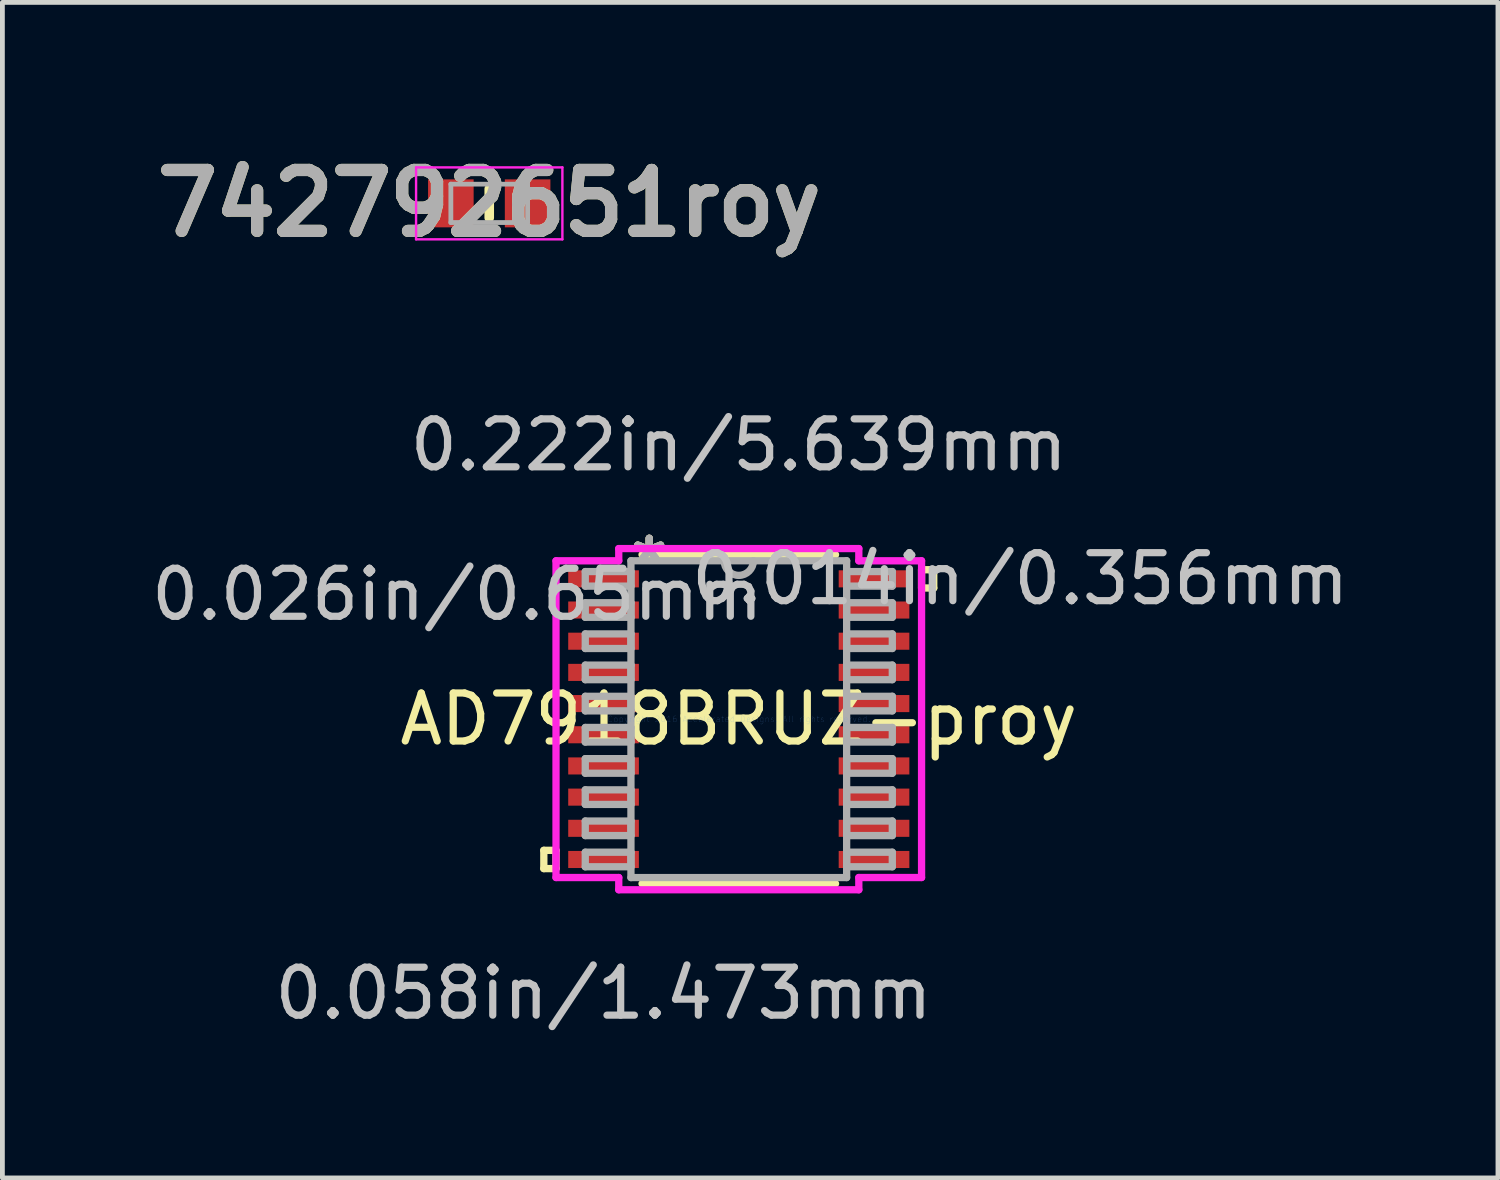
<source format=kicad_pcb>
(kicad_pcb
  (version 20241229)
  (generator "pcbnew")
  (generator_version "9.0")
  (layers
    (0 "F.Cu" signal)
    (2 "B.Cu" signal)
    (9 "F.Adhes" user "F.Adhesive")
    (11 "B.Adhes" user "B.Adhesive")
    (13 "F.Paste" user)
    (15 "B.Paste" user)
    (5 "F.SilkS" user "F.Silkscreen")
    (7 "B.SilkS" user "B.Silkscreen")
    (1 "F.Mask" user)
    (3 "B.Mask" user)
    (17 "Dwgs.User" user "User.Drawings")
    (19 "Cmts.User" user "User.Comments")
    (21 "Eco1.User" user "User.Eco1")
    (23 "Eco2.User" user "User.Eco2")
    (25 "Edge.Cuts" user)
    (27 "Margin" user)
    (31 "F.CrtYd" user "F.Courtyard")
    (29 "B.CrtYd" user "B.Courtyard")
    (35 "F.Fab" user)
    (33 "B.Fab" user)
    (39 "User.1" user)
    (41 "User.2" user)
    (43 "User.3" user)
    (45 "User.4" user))
  (footprint "AD7918BRUZ-proy"
    (layer "F.Cu")
    (at 12.35 11.941)
    (property "Reference" "AD7918BRUZ-proy" (at 0 0 0) (layer "F.SilkS") (effects (font (size 1 1) (thickness 0.15))))
    (attr through_hole)
    (fp_line (start -4.064 2.734) (end -4.064 3.115) (stroke (width 0.152) (type solid)) (layer "F.SilkS"))
    (fp_line (start -4.064 3.115) (end -3.81 3.115) (stroke (width 0.152) (type solid)) (layer "F.SilkS"))
    (fp_line (start -3.81 2.734) (end -4.064 2.734) (stroke (width 0.152) (type solid)) (layer "F.SilkS"))
    (fp_line (start -3.81 3.115) (end -3.81 2.734) (stroke (width 0.152) (type solid)) (layer "F.SilkS"))
    (fp_line (start -2.017 3.429) (end 2.017 3.429) (stroke (width 0.152) (type solid)) (layer "F.SilkS"))
    (fp_line (start 2.017 -3.429) (end -2.017 -3.429) (stroke (width 0.152) (type solid)) (layer "F.SilkS"))
    (fp_line (start 3.81 -3.115) (end 4.064 -3.115) (stroke (width 0.152) (type solid)) (layer "F.SilkS"))
    (fp_line (start 3.81 -2.734) (end 3.81 -3.115) (stroke (width 0.152) (type solid)) (layer "F.SilkS"))
    (fp_line (start 4.064 -3.115) (end 4.064 -2.734) (stroke (width 0.152) (type solid)) (layer "F.SilkS"))
    (fp_line (start 4.064 -2.734) (end 3.81 -2.734) (stroke (width 0.152) (type solid)) (layer "F.SilkS"))
    (fp_line (start -3.81 -3.301) (end -2.502 -3.301) (stroke (width 0.152) (type solid)) (layer "F.CrtYd"))
    (fp_line (start -3.81 3.301) (end -3.81 -3.301) (stroke (width 0.152) (type solid)) (layer "F.CrtYd"))
    (fp_line (start -2.502 -3.556) (end 2.502 -3.556) (stroke (width 0.152) (type solid)) (layer "F.CrtYd"))
    (fp_line (start -2.502 -3.301) (end -2.502 -3.556) (stroke (width 0.152) (type solid)) (layer "F.CrtYd"))
    (fp_line (start -2.502 3.301) (end -3.81 3.301) (stroke (width 0.152) (type solid)) (layer "F.CrtYd"))
    (fp_line (start -2.502 3.556) (end -2.502 3.301) (stroke (width 0.152) (type solid)) (layer "F.CrtYd"))
    (fp_line (start 2.502 -3.556) (end 2.502 -3.301) (stroke (width 0.152) (type solid)) (layer "F.CrtYd"))
    (fp_line (start 2.502 -3.301) (end 3.81 -3.301) (stroke (width 0.152) (type solid)) (layer "F.CrtYd"))
    (fp_line (start 2.502 3.301) (end 2.502 3.556) (stroke (width 0.152) (type solid)) (layer "F.CrtYd"))
    (fp_line (start 2.502 3.556) (end -2.502 3.556) (stroke (width 0.152) (type solid)) (layer "F.CrtYd"))
    (fp_line (start 3.81 -3.301) (end 3.81 3.301) (stroke (width 0.152) (type solid)) (layer "F.CrtYd"))
    (fp_line (start 3.81 3.301) (end 2.502 3.301) (stroke (width 0.152) (type solid)) (layer "F.CrtYd"))
    (fp_line (start -3.2 -3.077) (end -3.2 -2.773) (stroke (width 0.152) (type solid)) (layer "F.Fab"))
    (fp_line (start -3.2 -2.773) (end -2.248 -2.773) (stroke (width 0.152) (type solid)) (layer "F.Fab"))
    (fp_line (start -3.2 -2.427) (end -3.2 -2.123) (stroke (width 0.152) (type solid)) (layer "F.Fab"))
    (fp_line (start -3.2 -2.123) (end -2.248 -2.123) (stroke (width 0.152) (type solid)) (layer "F.Fab"))
    (fp_line (start -3.2 -1.777) (end -3.2 -1.473) (stroke (width 0.152) (type solid)) (layer "F.Fab"))
    (fp_line (start -3.2 -1.473) (end -2.248 -1.473) (stroke (width 0.152) (type solid)) (layer "F.Fab"))
    (fp_line (start -3.2 -1.127) (end -3.2 -0.823) (stroke (width 0.152) (type solid)) (layer "F.Fab"))
    (fp_line (start -3.2 -0.823) (end -2.248 -0.823) (stroke (width 0.152) (type solid)) (layer "F.Fab"))
    (fp_line (start -3.2 -0.477) (end -3.2 -0.173) (stroke (width 0.152) (type solid)) (layer "F.Fab"))
    (fp_line (start -3.2 -0.173) (end -2.248 -0.173) (stroke (width 0.152) (type solid)) (layer "F.Fab"))
    (fp_line (start -3.2 0.173) (end -3.2 0.477) (stroke (width 0.152) (type solid)) (layer "F.Fab"))
    (fp_line (start -3.2 0.477) (end -2.248 0.477) (stroke (width 0.152) (type solid)) (layer "F.Fab"))
    (fp_line (start -3.2 0.823) (end -3.2 1.127) (stroke (width 0.152) (type solid)) (layer "F.Fab"))
    (fp_line (start -3.2 1.127) (end -2.248 1.127) (stroke (width 0.152) (type solid)) (layer "F.Fab"))
    (fp_line (start -3.2 1.473) (end -3.2 1.777) (stroke (width 0.152) (type solid)) (layer "F.Fab"))
    (fp_line (start -3.2 1.777) (end -2.248 1.777) (stroke (width 0.152) (type solid)) (layer "F.Fab"))
    (fp_line (start -3.2 2.123) (end -3.2 2.427) (stroke (width 0.152) (type solid)) (layer "F.Fab"))
    (fp_line (start -3.2 2.427) (end -2.248 2.427) (stroke (width 0.152) (type solid)) (layer "F.Fab"))
    (fp_line (start -3.2 2.773) (end -3.2 3.077) (stroke (width 0.152) (type solid)) (layer "F.Fab"))
    (fp_line (start -3.2 3.077) (end -2.248 3.077) (stroke (width 0.152) (type solid)) (layer "F.Fab"))
    (fp_line (start -2.248 -3.302) (end -2.248 3.302) (stroke (width 0.152) (type solid)) (layer "F.Fab"))
    (fp_line (start -2.248 -3.077) (end -3.2 -3.077) (stroke (width 0.152) (type solid)) (layer "F.Fab"))
    (fp_line (start -2.248 -2.773) (end -2.248 -3.077) (stroke (width 0.152) (type solid)) (layer "F.Fab"))
    (fp_line (start -2.248 -2.427) (end -3.2 -2.427) (stroke (width 0.152) (type solid)) (layer "F.Fab"))
    (fp_line (start -2.248 -2.123) (end -2.248 -2.427) (stroke (width 0.152) (type solid)) (layer "F.Fab"))
    (fp_line (start -2.248 -1.777) (end -3.2 -1.777) (stroke (width 0.152) (type solid)) (layer "F.Fab"))
    (fp_line (start -2.248 -1.473) (end -2.248 -1.777) (stroke (width 0.152) (type solid)) (layer "F.Fab"))
    (fp_line (start -2.248 -1.127) (end -3.2 -1.127) (stroke (width 0.152) (type solid)) (layer "F.Fab"))
    (fp_line (start -2.248 -0.823) (end -2.248 -1.127) (stroke (width 0.152) (type solid)) (layer "F.Fab"))
    (fp_line (start -2.248 -0.477) (end -3.2 -0.477) (stroke (width 0.152) (type solid)) (layer "F.Fab"))
    (fp_line (start -2.248 -0.173) (end -2.248 -0.477) (stroke (width 0.152) (type solid)) (layer "F.Fab"))
    (fp_line (start -2.248 0.173) (end -3.2 0.173) (stroke (width 0.152) (type solid)) (layer "F.Fab"))
    (fp_line (start -2.248 0.477) (end -2.248 0.173) (stroke (width 0.152) (type solid)) (layer "F.Fab"))
    (fp_line (start -2.248 0.823) (end -3.2 0.823) (stroke (width 0.152) (type solid)) (layer "F.Fab"))
    (fp_line (start -2.248 1.127) (end -2.248 0.823) (stroke (width 0.152) (type solid)) (layer "F.Fab"))
    (fp_line (start -2.248 1.473) (end -3.2 1.473) (stroke (width 0.152) (type solid)) (layer "F.Fab"))
    (fp_line (start -2.248 1.777) (end -2.248 1.473) (stroke (width 0.152) (type solid)) (layer "F.Fab"))
    (fp_line (start -2.248 2.123) (end -3.2 2.123) (stroke (width 0.152) (type solid)) (layer "F.Fab"))
    (fp_line (start -2.248 2.427) (end -2.248 2.123) (stroke (width 0.152) (type solid)) (layer "F.Fab"))
    (fp_line (start -2.248 2.773) (end -3.2 2.773) (stroke (width 0.152) (type solid)) (layer "F.Fab"))
    (fp_line (start -2.248 3.077) (end -2.248 2.773) (stroke (width 0.152) (type solid)) (layer "F.Fab"))
    (fp_line (start -2.248 3.302) (end 2.248 3.302) (stroke (width 0.152) (type solid)) (layer "F.Fab"))
    (fp_line (start 2.248 -3.302) (end -2.248 -3.302) (stroke (width 0.152) (type solid)) (layer "F.Fab"))
    (fp_line (start 2.248 -3.077) (end 2.248 -2.773) (stroke (width 0.152) (type solid)) (layer "F.Fab"))
    (fp_line (start 2.248 -2.773) (end 3.2 -2.773) (stroke (width 0.152) (type solid)) (layer "F.Fab"))
    (fp_line (start 2.248 -2.427) (end 2.248 -2.123) (stroke (width 0.152) (type solid)) (layer "F.Fab"))
    (fp_line (start 2.248 -2.123) (end 3.2 -2.123) (stroke (width 0.152) (type solid)) (layer "F.Fab"))
    (fp_line (start 2.248 -1.777) (end 2.248 -1.473) (stroke (width 0.152) (type solid)) (layer "F.Fab"))
    (fp_line (start 2.248 -1.473) (end 3.2 -1.473) (stroke (width 0.152) (type solid)) (layer "F.Fab"))
    (fp_line (start 2.248 -1.127) (end 2.248 -0.823) (stroke (width 0.152) (type solid)) (layer "F.Fab"))
    (fp_line (start 2.248 -0.823) (end 3.2 -0.823) (stroke (width 0.152) (type solid)) (layer "F.Fab"))
    (fp_line (start 2.248 -0.477) (end 2.248 -0.173) (stroke (width 0.152) (type solid)) (layer "F.Fab"))
    (fp_line (start 2.248 -0.173) (end 3.2 -0.173) (stroke (width 0.152) (type solid)) (layer "F.Fab"))
    (fp_line (start 2.248 0.173) (end 2.248 0.477) (stroke (width 0.152) (type solid)) (layer "F.Fab"))
    (fp_line (start 2.248 0.477) (end 3.2 0.477) (stroke (width 0.152) (type solid)) (layer "F.Fab"))
    (fp_line (start 2.248 0.823) (end 2.248 1.127) (stroke (width 0.152) (type solid)) (layer "F.Fab"))
    (fp_line (start 2.248 1.127) (end 3.2 1.127) (stroke (width 0.152) (type solid)) (layer "F.Fab"))
    (fp_line (start 2.248 1.473) (end 2.248 1.777) (stroke (width 0.152) (type solid)) (layer "F.Fab"))
    (fp_line (start 2.248 1.777) (end 3.2 1.777) (stroke (width 0.152) (type solid)) (layer "F.Fab"))
    (fp_line (start 2.248 2.123) (end 2.248 2.427) (stroke (width 0.152) (type solid)) (layer "F.Fab"))
    (fp_line (start 2.248 2.427) (end 3.2 2.427) (stroke (width 0.152) (type solid)) (layer "F.Fab"))
    (fp_line (start 2.248 2.773) (end 2.248 3.077) (stroke (width 0.152) (type solid)) (layer "F.Fab"))
    (fp_line (start 2.248 3.077) (end 3.2 3.077) (stroke (width 0.152) (type solid)) (layer "F.Fab"))
    (fp_line (start 2.248 3.302) (end 2.248 -3.302) (stroke (width 0.152) (type solid)) (layer "F.Fab"))
    (fp_line (start 3.2 -3.077) (end 2.248 -3.077) (stroke (width 0.152) (type solid)) (layer "F.Fab"))
    (fp_line (start 3.2 -2.773) (end 3.2 -3.077) (stroke (width 0.152) (type solid)) (layer "F.Fab"))
    (fp_line (start 3.2 -2.427) (end 2.248 -2.427) (stroke (width 0.152) (type solid)) (layer "F.Fab"))
    (fp_line (start 3.2 -2.123) (end 3.2 -2.427) (stroke (width 0.152) (type solid)) (layer "F.Fab"))
    (fp_line (start 3.2 -1.777) (end 2.248 -1.777) (stroke (width 0.152) (type solid)) (layer "F.Fab"))
    (fp_line (start 3.2 -1.473) (end 3.2 -1.777) (stroke (width 0.152) (type solid)) (layer "F.Fab"))
    (fp_line (start 3.2 -1.127) (end 2.248 -1.127) (stroke (width 0.152) (type solid)) (layer "F.Fab"))
    (fp_line (start 3.2 -0.823) (end 3.2 -1.127) (stroke (width 0.152) (type solid)) (layer "F.Fab"))
    (fp_line (start 3.2 -0.477) (end 2.248 -0.477) (stroke (width 0.152) (type solid)) (layer "F.Fab"))
    (fp_line (start 3.2 -0.173) (end 3.2 -0.477) (stroke (width 0.152) (type solid)) (layer "F.Fab"))
    (fp_line (start 3.2 0.173) (end 2.248 0.173) (stroke (width 0.152) (type solid)) (layer "F.Fab"))
    (fp_line (start 3.2 0.477) (end 3.2 0.173) (stroke (width 0.152) (type solid)) (layer "F.Fab"))
    (fp_line (start 3.2 0.823) (end 2.248 0.823) (stroke (width 0.152) (type solid)) (layer "F.Fab"))
    (fp_line (start 3.2 1.127) (end 3.2 0.823) (stroke (width 0.152) (type solid)) (layer "F.Fab"))
    (fp_line (start 3.2 1.473) (end 2.248 1.473) (stroke (width 0.152) (type solid)) (layer "F.Fab"))
    (fp_line (start 3.2 1.777) (end 3.2 1.473) (stroke (width 0.152) (type solid)) (layer "F.Fab"))
    (fp_line (start 3.2 2.123) (end 2.248 2.123) (stroke (width 0.152) (type solid)) (layer "F.Fab"))
    (fp_line (start 3.2 2.427) (end 3.2 2.123) (stroke (width 0.152) (type solid)) (layer "F.Fab"))
    (fp_line (start 3.2 2.773) (end 2.248 2.773) (stroke (width 0.152) (type solid)) (layer "F.Fab"))
    (fp_line (start 3.2 3.077) (end 3.2 2.773) (stroke (width 0.152) (type solid)) (layer "F.Fab"))
    (fp_arc (start 0.3048 -3.302) (mid 0 -2.9972) (end -0.3048 -3.302) (stroke (width 0.1524) (type solid)) (layer "F.Fab"))
    (fp_text user "*" (at -1.867 -3.226 0) (layer "F.SilkS") (effects (font (size 1 1) (thickness 0.15))))
    (fp_text user "*" (at -1.867 -3.226 0) (layer "F.SilkS") (effects (font (size 1 1) (thickness 0.15))))
    (fp_text user "0.058in/1.473mm" (at -2.819 5.715 0) (layer "Dwgs.User") (effects (font (size 1 1) (thickness 0.15))))
    (fp_text user "0.222in/5.639mm" (at 0 -5.715 0) (layer "Dwgs.User") (effects (font (size 1 1) (thickness 0.15))))
    (fp_text user "0.014in/0.356mm" (at 5.867 -2.925 0) (layer "Dwgs.User") (effects (font (size 1 1) (thickness 0.15))))
    (fp_text user "0.026in/0.65mm" (at -5.867 -2.6 0) (layer "Dwgs.User") (effects (font (size 1 1) (thickness 0.15))))
    (fp_text user "Copyright 2016 Accelerated Designs. All rights reserved." (at 0 0 0) (layer "Cmts.User") (effects (font (size 0.127 0.127) (thickness 0.002))))
    (fp_text user "*" (at -1.867 -3.226 0) (layer "F.Fab") (effects (font (size 1 1) (thickness 0.15))))
    (fp_text user "*" (at -1.867 -3.226 0) (layer "F.Fab") (effects (font (size 1 1) (thickness 0.15))))
    (pad "1" smd rect (at -2.819 -2.925) (size 1.473 0.356) (layers "F.Cu" "F.Mask" "F.Paste"))
    (pad "2" smd rect (at -2.819 -2.275) (size 1.473 0.356) (layers "F.Cu" "F.Mask" "F.Paste"))
    (pad "3" smd rect (at -2.819 -1.625) (size 1.473 0.356) (layers "F.Cu" "F.Mask" "F.Paste"))
    (pad "4" smd rect (at -2.819 -0.975) (size 1.473 0.356) (layers "F.Cu" "F.Mask" "F.Paste"))
    (pad "5" smd rect (at -2.819 -0.325) (size 1.473 0.356) (layers "F.Cu" "F.Mask" "F.Paste"))
    (pad "6" smd rect (at -2.819 0.325) (size 1.473 0.356) (layers "F.Cu" "F.Mask" "F.Paste"))
    (pad "7" smd rect (at -2.819 0.975) (size 1.473 0.356) (layers "F.Cu" "F.Mask" "F.Paste"))
    (pad "8" smd rect (at -2.819 1.625) (size 1.473 0.356) (layers "F.Cu" "F.Mask" "F.Paste"))
    (pad "9" smd rect (at -2.819 2.275) (size 1.473 0.356) (layers "F.Cu" "F.Mask" "F.Paste"))
    (pad "10" smd rect (at -2.819 2.925) (size 1.473 0.356) (layers "F.Cu" "F.Mask" "F.Paste"))
    (pad "11" smd rect (at 2.819 2.925) (size 1.473 0.356) (layers "F.Cu" "F.Mask" "F.Paste"))
    (pad "12" smd rect (at 2.819 2.275) (size 1.473 0.356) (layers "F.Cu" "F.Mask" "F.Paste"))
    (pad "13" smd rect (at 2.819 1.625) (size 1.473 0.356) (layers "F.Cu" "F.Mask" "F.Paste"))
    (pad "14" smd rect (at 2.819 0.975) (size 1.473 0.356) (layers "F.Cu" "F.Mask" "F.Paste"))
    (pad "15" smd rect (at 2.819 0.325) (size 1.473 0.356) (layers "F.Cu" "F.Mask" "F.Paste"))
    (pad "16" smd rect (at 2.819 -0.325) (size 1.473 0.356) (layers "F.Cu" "F.Mask" "F.Paste"))
    (pad "17" smd rect (at 2.819 -0.975) (size 1.473 0.356) (layers "F.Cu" "F.Mask" "F.Paste"))
    (pad "18" smd rect (at 2.819 -1.625) (size 1.473 0.356) (layers "F.Cu" "F.Mask" "F.Paste"))
    (pad "19" smd rect (at 2.819 -2.275) (size 1.473 0.356) (layers "F.Cu" "F.Mask" "F.Paste"))
    (pad "20" smd rect (at 2.819 -2.925) (size 1.473 0.356) (layers "F.Cu" "F.Mask" "F.Paste")))
  (footprint "742792651roy"
    (layer "F.Cu")
    (at 7.148 1.189)
    (property "Reference" "742792651roy" (at 0 0 0) (layer "F.SilkS") (effects (font (size 1.27 1.27) (thickness 0.254))))
    (attr smd)
    (fp_line (start 0 -0.3) (end 0 0.3) (stroke (width 0.2) (type solid)) (layer "F.SilkS"))
    (fp_line (start -1.525 -0.75) (end 1.525 -0.75) (stroke (width 0.05) (type solid)) (layer "F.CrtYd"))
    (fp_line (start -1.525 0.75) (end -1.525 -0.75) (stroke (width 0.05) (type solid)) (layer "F.CrtYd"))
    (fp_line (start 1.525 -0.75) (end 1.525 0.75) (stroke (width 0.05) (type solid)) (layer "F.CrtYd"))
    (fp_line (start 1.525 0.75) (end -1.525 0.75) (stroke (width 0.05) (type solid)) (layer "F.CrtYd"))
    (fp_line (start -0.8 -0.4) (end 0.8 -0.4) (stroke (width 0.1) (type solid)) (layer "F.Fab"))
    (fp_line (start -0.8 0.4) (end -0.8 -0.4) (stroke (width 0.1) (type solid)) (layer "F.Fab"))
    (fp_line (start 0.8 -0.4) (end 0.8 0.4) (stroke (width 0.1) (type solid)) (layer "F.Fab"))
    (fp_line (start 0.8 0.4) (end -0.8 0.4) (stroke (width 0.1) (type solid)) (layer "F.Fab"))
    (fp_text user "${REFERENCE}" (at 0 0 0) (layer "F.Fab") (effects (font (size 1.27 1.27) (thickness 0.254))))
    (pad "1" smd rect (at -0.8 0) (size 0.95 1) (layers "F.Cu" "F.Mask" "F.Paste"))
    (pad "2" smd rect (at 0.8 0) (size 0.95 1) (layers "F.Cu" "F.Mask" "F.Paste")))
  (gr_rect
    (start -3 -3)
    (end 28.175 21.504)
    (stroke (width 0.1) (type default))
    (fill no)
    (layer "Edge.Cuts")))
</source>
